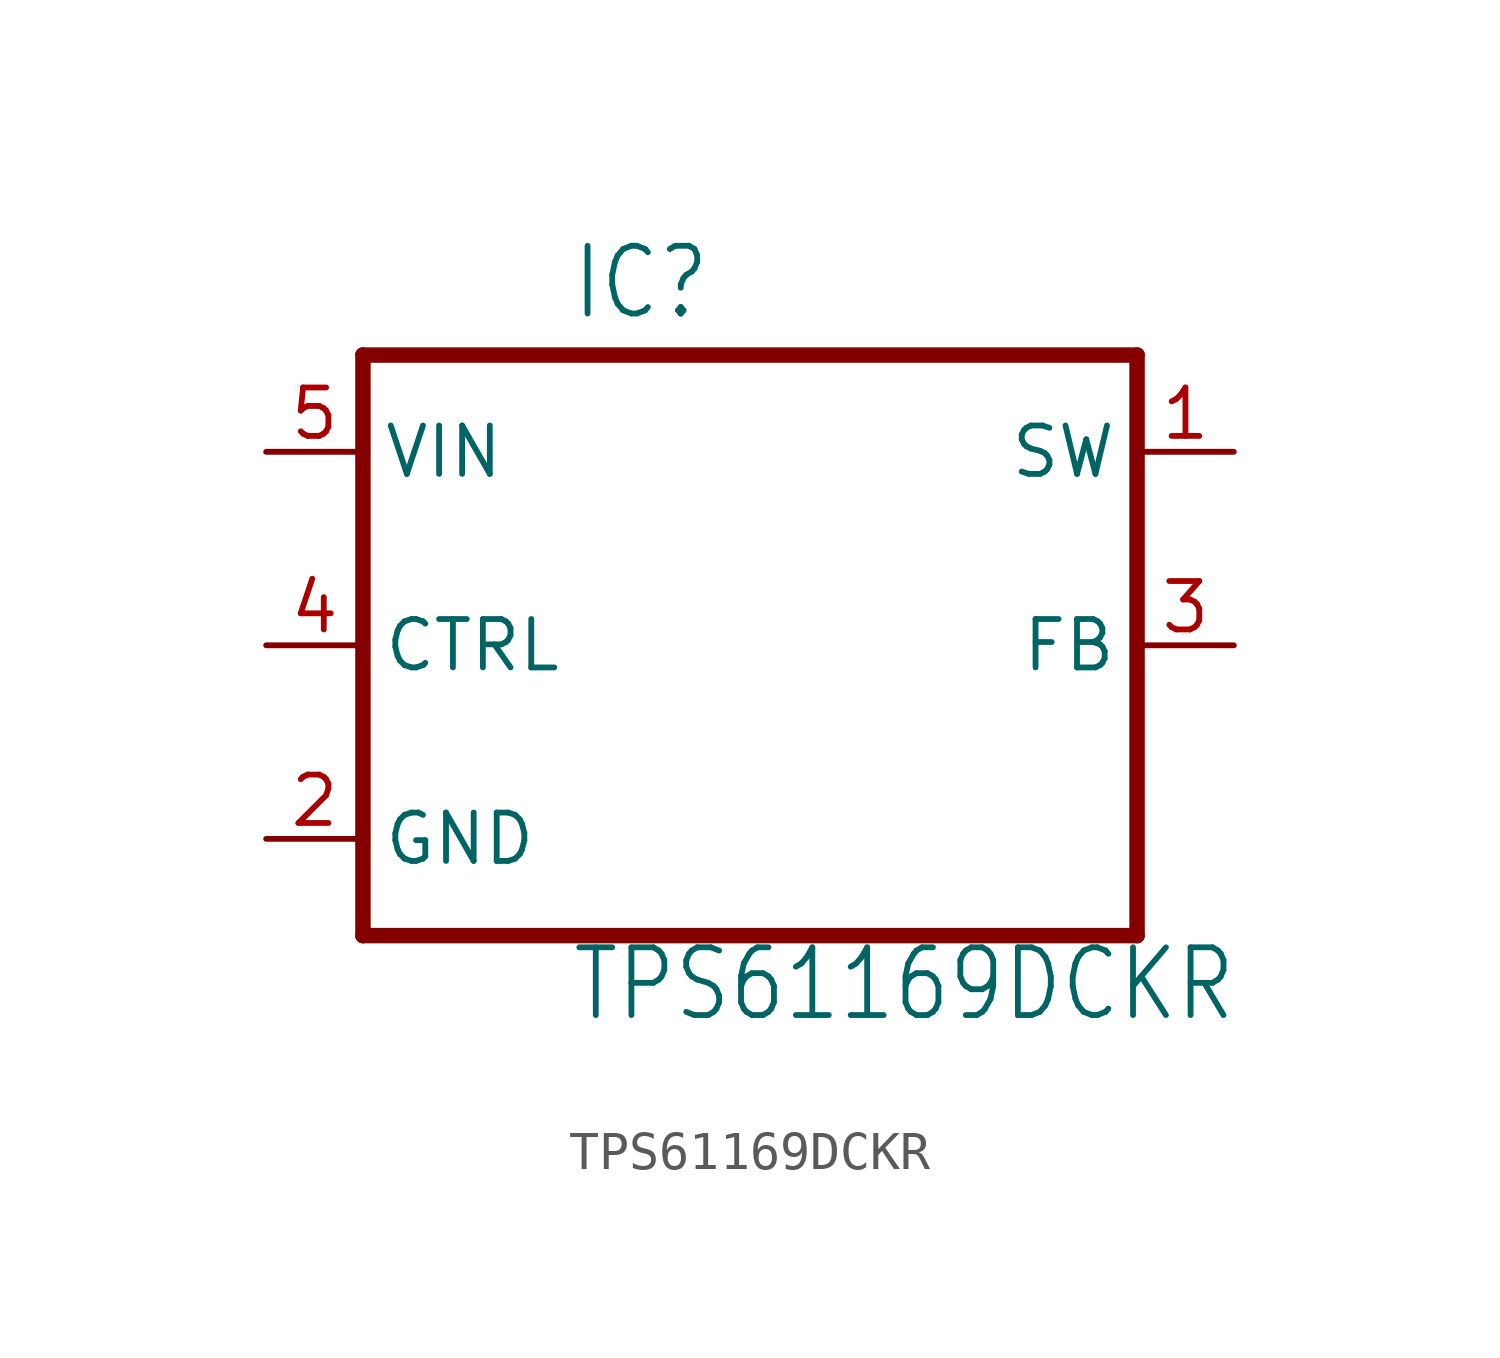
<source format=kicad_sym>
(kicad_symbol_lib
  (version 20211014)
  (generator kicad_symbol_editor)
  (symbol "TPS61169DCKR"
    (property "Reference" "IC"
      (at -4.724 8.484 0)
      (effects (font (size 1.778 1.511)) (justify left bottom)))
    (property "Value" "TPS61169DCKR"
      (at -4.724 -9.931 0)
      (effects (font (size 1.778 1.511)) (justify left bottom)))
    (property "ki_locked" ""
      (at 0 0 0)
      (effects (font (size 1.27 1.27))))
    (symbol "TPS61169DCKR_1_0"
      (polyline (pts (xy -10.16 -7.62) (xy 10.16 -7.62)) (stroke (width 0.406) (type default) (color 0 0 0 0)) (fill (type none)))
      (polyline (pts (xy -10.16 7.62) (xy -10.16 -7.62)) (stroke (width 0.406) (type default) (color 0 0 0 0)) (fill (type none)))
      (polyline (pts (xy 10.16 -7.62) (xy 10.16 7.62)) (stroke (width 0.406) (type default) (color 0 0 0 0)) (fill (type none)))
      (polyline (pts (xy 10.16 7.62) (xy -10.16 7.62)) (stroke (width 0.406) (type default) (color 0 0 0 0)) (fill (type none)))
      (pin output line (at 12.7 5.08 180) (length 2.54) (name "SW" (effects (font (size 1.27 1.27)))) (number "1" (effects (font (size 1.27 1.27)))))
      (pin power_in line (at -12.7 -5.08 0) (length 2.54) (name "GND" (effects (font (size 1.27 1.27)))) (number "2" (effects (font (size 1.27 1.27)))))
      (pin input line (at 12.7 0 180) (length 2.54) (name "FB" (effects (font (size 1.27 1.27)))) (number "3" (effects (font (size 1.27 1.27)))))
      (pin input line (at -12.7 0 0) (length 2.54) (name "CTRL" (effects (font (size 1.27 1.27)))) (number "4" (effects (font (size 1.27 1.27)))))
      (pin input line (at -12.7 5.08 0) (length 2.54) (name "VIN" (effects (font (size 1.27 1.27)))) (number "5" (effects (font (size 1.27 1.27))))))))
</source>
